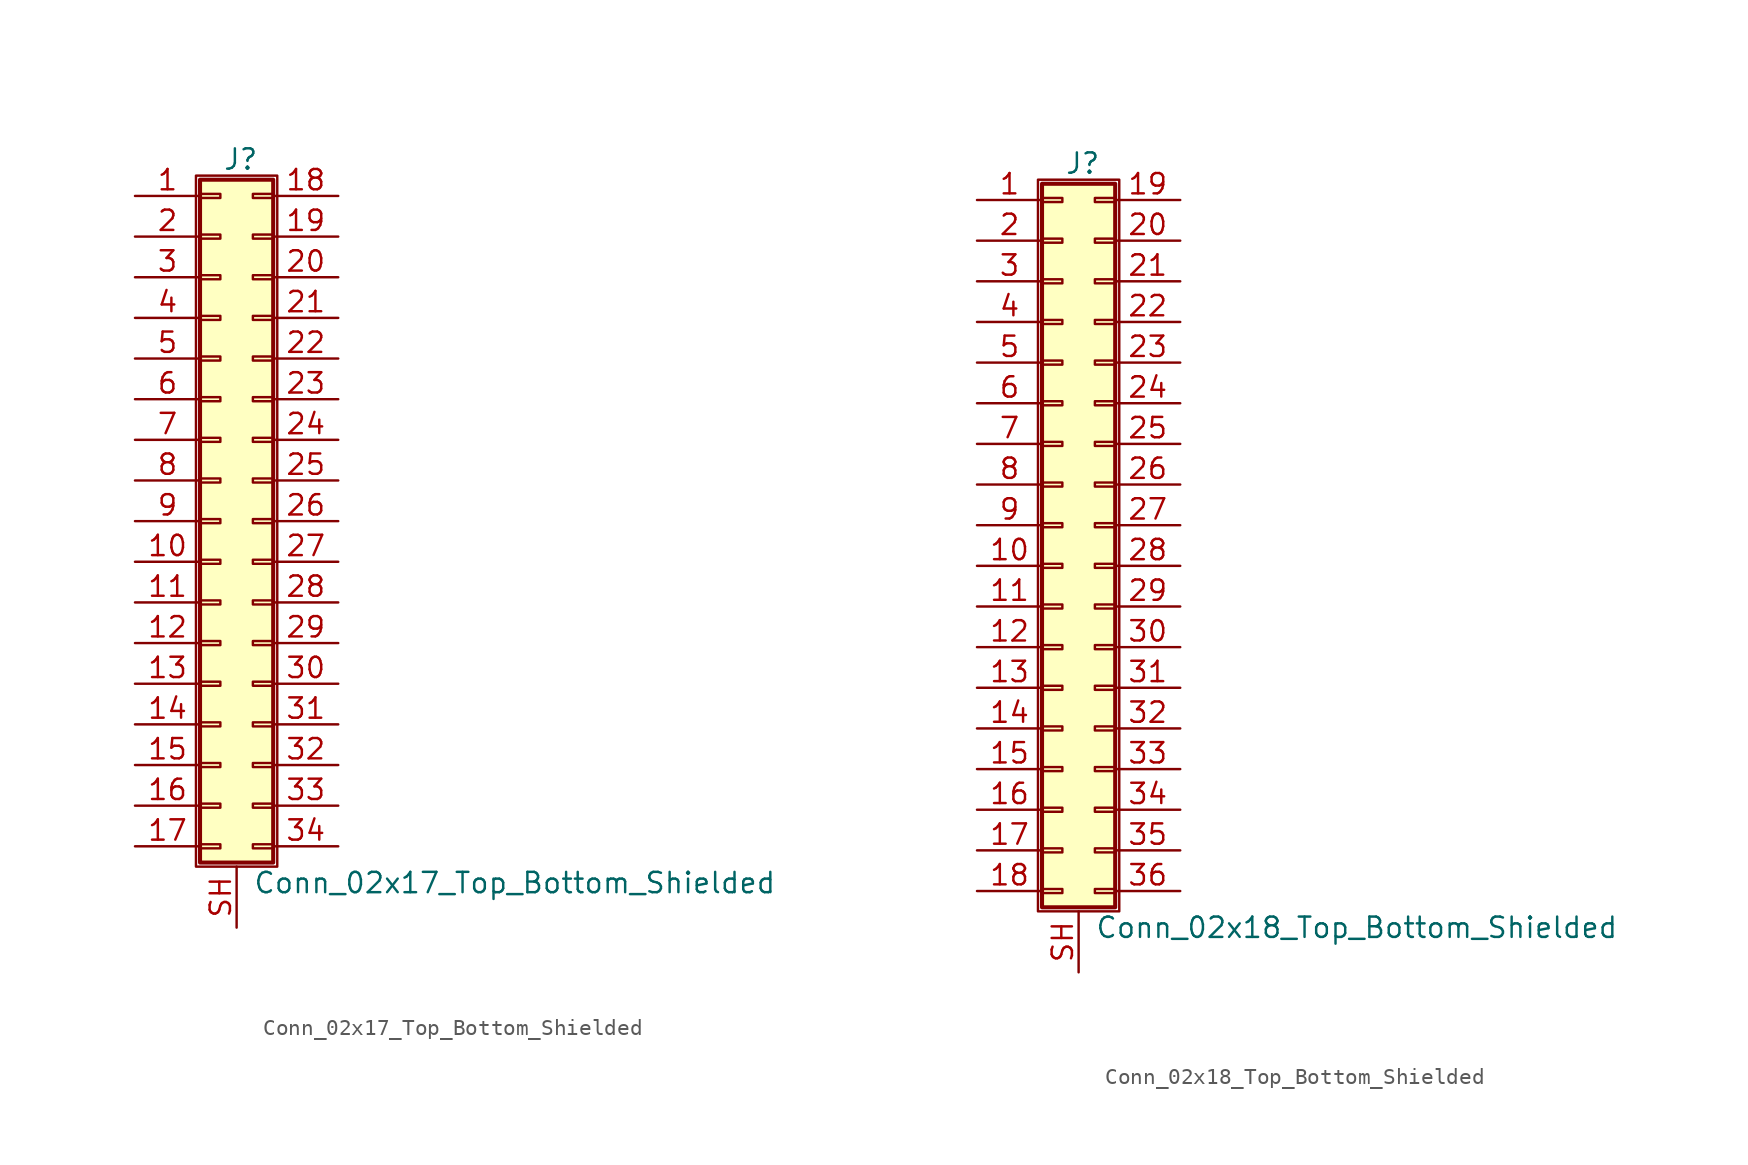
<source format=kicad_sym>
(kicad_symbol_lib
  (version 20201005)
  (generator kicad_symbol_editor)
  (symbol "Connector_Generic_Shielded:Conn_02x17_Top_Bottom_Shielded"
    (pin_names
      (offset 1.016) hide)
    (property "Reference" "J"
      (at 1.524 22.606 0)
      (effects (font (size 1.27 1.27))))
    (property "Value" "Conn_02x17_Top_Bottom_Shielded"
      (at 2.286 -22.606 0)
      (effects (font (size 1.27 1.27)) (justify left)))
    (symbol "Conn_02x17_Top_Bottom_Shielded_1_1"
      (rectangle (start -1.016 -4.953) (end 0.254 -5.207) (stroke (width 0.152)) (fill (type none)))
      (rectangle (start -1.016 -7.493) (end 0.254 -7.747) (stroke (width 0.152)) (fill (type none)))
      (rectangle (start -1.016 -10.033) (end 0.254 -10.287) (stroke (width 0.152)) (fill (type none)))
      (rectangle (start -1.016 -12.573) (end 0.254 -12.827) (stroke (width 0.152)) (fill (type none)))
      (rectangle (start -1.016 -15.113) (end 0.254 -15.367) (stroke (width 0.152)) (fill (type none)))
      (rectangle (start -1.016 -17.653) (end 0.254 -17.907) (stroke (width 0.152)) (fill (type none)))
      (rectangle (start -1.016 -20.193) (end 0.254 -20.447) (stroke (width 0.152)) (fill (type none)))
      (rectangle (start -1.016 -2.413) (end 0.254 -2.667) (stroke (width 0.152)) (fill (type none)))
      (rectangle (start -1.016 2.667) (end 0.254 2.413) (stroke (width 0.152)) (fill (type none)))
      (rectangle (start -1.016 5.207) (end 0.254 4.953) (stroke (width 0.152)) (fill (type none)))
      (rectangle (start -1.016 7.747) (end 0.254 7.493) (stroke (width 0.152)) (fill (type none)))
      (rectangle (start -1.016 10.287) (end 0.254 10.033) (stroke (width 0.152)) (fill (type none)))
      (rectangle (start -1.016 0.127) (end 0.254 -0.127) (stroke (width 0.152)) (fill (type none)))
      (rectangle (start -1.016 12.827) (end 0.254 12.573) (stroke (width 0.152)) (fill (type none)))
      (rectangle (start -1.016 15.367) (end 0.254 15.113) (stroke (width 0.152)) (fill (type none)))
      (rectangle (start -1.016 17.907) (end 0.254 17.653) (stroke (width 0.152)) (fill (type none)))
      (rectangle (start -1.016 20.447) (end 0.254 20.193) (stroke (width 0.152)) (fill (type none)))
      (rectangle (start -1.016 21.336) (end 3.556 -21.336) (stroke (width 0.254)) (fill (type background)))
      (rectangle (start -1.27 21.59) (end 3.81 -21.59) (stroke (width 0.152)) (fill (type none)))
      (rectangle (start 3.556 -4.953) (end 2.286 -5.207) (stroke (width 0.152)) (fill (type none)))
      (rectangle (start 3.556 -7.493) (end 2.286 -7.747) (stroke (width 0.152)) (fill (type none)))
      (rectangle (start 3.556 -10.033) (end 2.286 -10.287) (stroke (width 0.152)) (fill (type none)))
      (rectangle (start 3.556 -12.573) (end 2.286 -12.827) (stroke (width 0.152)) (fill (type none)))
      (rectangle (start 3.556 -15.113) (end 2.286 -15.367) (stroke (width 0.152)) (fill (type none)))
      (rectangle (start 3.556 -17.653) (end 2.286 -17.907) (stroke (width 0.152)) (fill (type none)))
      (rectangle (start 3.556 -20.193) (end 2.286 -20.447) (stroke (width 0.152)) (fill (type none)))
      (rectangle (start 3.556 -2.413) (end 2.286 -2.667) (stroke (width 0.152)) (fill (type none)))
      (rectangle (start 3.556 2.667) (end 2.286 2.413) (stroke (width 0.152)) (fill (type none)))
      (rectangle (start 3.556 5.207) (end 2.286 4.953) (stroke (width 0.152)) (fill (type none)))
      (rectangle (start 3.556 7.747) (end 2.286 7.493) (stroke (width 0.152)) (fill (type none)))
      (rectangle (start 3.556 10.287) (end 2.286 10.033) (stroke (width 0.152)) (fill (type none)))
      (rectangle (start 3.556 0.127) (end 2.286 -0.127) (stroke (width 0.152)) (fill (type none)))
      (rectangle (start 3.556 12.827) (end 2.286 12.573) (stroke (width 0.152)) (fill (type none)))
      (rectangle (start 3.556 15.367) (end 2.286 15.113) (stroke (width 0.152)) (fill (type none)))
      (rectangle (start 3.556 17.907) (end 2.286 17.653) (stroke (width 0.152)) (fill (type none)))
      (rectangle (start 3.556 20.447) (end 2.286 20.193) (stroke (width 0.152)) (fill (type none)))
      (pin passive line (at -5.08 20.32 0) (length 4.064) (name "Pin_1" (effects (font (size 1.27 1.27)))) (number "1" (effects (font (size 1.27 1.27)))))
      (pin passive line (at -5.08 -2.54 0) (length 4.064) (name "Pin_10" (effects (font (size 1.27 1.27)))) (number "10" (effects (font (size 1.27 1.27)))))
      (pin passive line (at -5.08 -5.08 0) (length 4.064) (name "Pin_11" (effects (font (size 1.27 1.27)))) (number "11" (effects (font (size 1.27 1.27)))))
      (pin passive line (at -5.08 -7.62 0) (length 4.064) (name "Pin_12" (effects (font (size 1.27 1.27)))) (number "12" (effects (font (size 1.27 1.27)))))
      (pin passive line (at -5.08 -10.16 0) (length 4.064) (name "Pin_13" (effects (font (size 1.27 1.27)))) (number "13" (effects (font (size 1.27 1.27)))))
      (pin passive line (at -5.08 -12.7 0) (length 4.064) (name "Pin_14" (effects (font (size 1.27 1.27)))) (number "14" (effects (font (size 1.27 1.27)))))
      (pin passive line (at -5.08 -15.24 0) (length 4.064) (name "Pin_15" (effects (font (size 1.27 1.27)))) (number "15" (effects (font (size 1.27 1.27)))))
      (pin passive line (at -5.08 -17.78 0) (length 4.064) (name "Pin_16" (effects (font (size 1.27 1.27)))) (number "16" (effects (font (size 1.27 1.27)))))
      (pin passive line (at -5.08 -20.32 0) (length 4.064) (name "Pin_17" (effects (font (size 1.27 1.27)))) (number "17" (effects (font (size 1.27 1.27)))))
      (pin passive line (at 7.62 20.32 180) (length 4.064) (name "Pin_18" (effects (font (size 1.27 1.27)))) (number "18" (effects (font (size 1.27 1.27)))))
      (pin passive line (at 7.62 17.78 180) (length 4.064) (name "Pin_19" (effects (font (size 1.27 1.27)))) (number "19" (effects (font (size 1.27 1.27)))))
      (pin passive line (at -5.08 17.78 0) (length 4.064) (name "Pin_2" (effects (font (size 1.27 1.27)))) (number "2" (effects (font (size 1.27 1.27)))))
      (pin passive line (at 7.62 15.24 180) (length 4.064) (name "Pin_20" (effects (font (size 1.27 1.27)))) (number "20" (effects (font (size 1.27 1.27)))))
      (pin passive line (at 7.62 12.7 180) (length 4.064) (name "Pin_21" (effects (font (size 1.27 1.27)))) (number "21" (effects (font (size 1.27 1.27)))))
      (pin passive line (at 7.62 10.16 180) (length 4.064) (name "Pin_22" (effects (font (size 1.27 1.27)))) (number "22" (effects (font (size 1.27 1.27)))))
      (pin passive line (at 7.62 7.62 180) (length 4.064) (name "Pin_23" (effects (font (size 1.27 1.27)))) (number "23" (effects (font (size 1.27 1.27)))))
      (pin passive line (at 7.62 5.08 180) (length 4.064) (name "Pin_24" (effects (font (size 1.27 1.27)))) (number "24" (effects (font (size 1.27 1.27)))))
      (pin passive line (at 7.62 2.54 180) (length 4.064) (name "Pin_25" (effects (font (size 1.27 1.27)))) (number "25" (effects (font (size 1.27 1.27)))))
      (pin passive line (at 7.62 0 180) (length 4.064) (name "Pin_26" (effects (font (size 1.27 1.27)))) (number "26" (effects (font (size 1.27 1.27)))))
      (pin passive line (at 7.62 -2.54 180) (length 4.064) (name "Pin_27" (effects (font (size 1.27 1.27)))) (number "27" (effects (font (size 1.27 1.27)))))
      (pin passive line (at 7.62 -5.08 180) (length 4.064) (name "Pin_28" (effects (font (size 1.27 1.27)))) (number "28" (effects (font (size 1.27 1.27)))))
      (pin passive line (at 7.62 -7.62 180) (length 4.064) (name "Pin_29" (effects (font (size 1.27 1.27)))) (number "29" (effects (font (size 1.27 1.27)))))
      (pin passive line (at -5.08 15.24 0) (length 4.064) (name "Pin_3" (effects (font (size 1.27 1.27)))) (number "3" (effects (font (size 1.27 1.27)))))
      (pin passive line (at 7.62 -10.16 180) (length 4.064) (name "Pin_30" (effects (font (size 1.27 1.27)))) (number "30" (effects (font (size 1.27 1.27)))))
      (pin passive line (at 7.62 -12.7 180) (length 4.064) (name "Pin_31" (effects (font (size 1.27 1.27)))) (number "31" (effects (font (size 1.27 1.27)))))
      (pin passive line (at 7.62 -15.24 180) (length 4.064) (name "Pin_32" (effects (font (size 1.27 1.27)))) (number "32" (effects (font (size 1.27 1.27)))))
      (pin passive line (at 7.62 -17.78 180) (length 4.064) (name "Pin_33" (effects (font (size 1.27 1.27)))) (number "33" (effects (font (size 1.27 1.27)))))
      (pin passive line (at 7.62 -20.32 180) (length 4.064) (name "Pin_34" (effects (font (size 1.27 1.27)))) (number "34" (effects (font (size 1.27 1.27)))))
      (pin passive line (at -5.08 12.7 0) (length 4.064) (name "Pin_4" (effects (font (size 1.27 1.27)))) (number "4" (effects (font (size 1.27 1.27)))))
      (pin passive line (at -5.08 10.16 0) (length 4.064) (name "Pin_5" (effects (font (size 1.27 1.27)))) (number "5" (effects (font (size 1.27 1.27)))))
      (pin passive line (at -5.08 7.62 0) (length 4.064) (name "Pin_6" (effects (font (size 1.27 1.27)))) (number "6" (effects (font (size 1.27 1.27)))))
      (pin passive line (at -5.08 5.08 0) (length 4.064) (name "Pin_7" (effects (font (size 1.27 1.27)))) (number "7" (effects (font (size 1.27 1.27)))))
      (pin passive line (at -5.08 2.54 0) (length 4.064) (name "Pin_8" (effects (font (size 1.27 1.27)))) (number "8" (effects (font (size 1.27 1.27)))))
      (pin passive line (at -5.08 0 0) (length 4.064) (name "Pin_9" (effects (font (size 1.27 1.27)))) (number "9" (effects (font (size 1.27 1.27)))))
      (pin passive line (at 1.27 -25.4 90) (length 3.81) (name "Shield" (effects (font (size 1.27 1.27)))) (number "SH" (effects (font (size 1.27 1.27)))))))
  (symbol "Connector_Generic_Shielded:Conn_02x18_Top_Bottom_Shielded"
    (pin_names
      (offset 1.016) hide)
    (property "Reference" "J"
      (at 1.524 22.606 0)
      (effects (font (size 1.27 1.27))))
    (property "Value" "Conn_02x18_Top_Bottom_Shielded"
      (at 2.286 -25.146 0)
      (effects (font (size 1.27 1.27)) (justify left)))
    (symbol "Conn_02x18_Top_Bottom_Shielded_1_1"
      (rectangle (start -1.016 -4.953) (end 0.254 -5.207) (stroke (width 0.152)) (fill (type none)))
      (rectangle (start -1.016 -7.493) (end 0.254 -7.747) (stroke (width 0.152)) (fill (type none)))
      (rectangle (start -1.016 -10.033) (end 0.254 -10.287) (stroke (width 0.152)) (fill (type none)))
      (rectangle (start -1.016 -12.573) (end 0.254 -12.827) (stroke (width 0.152)) (fill (type none)))
      (rectangle (start -1.016 -15.113) (end 0.254 -15.367) (stroke (width 0.152)) (fill (type none)))
      (rectangle (start -1.016 -17.653) (end 0.254 -17.907) (stroke (width 0.152)) (fill (type none)))
      (rectangle (start -1.016 -20.193) (end 0.254 -20.447) (stroke (width 0.152)) (fill (type none)))
      (rectangle (start -1.016 -22.733) (end 0.254 -22.987) (stroke (width 0.152)) (fill (type none)))
      (rectangle (start -1.016 -2.413) (end 0.254 -2.667) (stroke (width 0.152)) (fill (type none)))
      (rectangle (start -1.016 2.667) (end 0.254 2.413) (stroke (width 0.152)) (fill (type none)))
      (rectangle (start -1.016 5.207) (end 0.254 4.953) (stroke (width 0.152)) (fill (type none)))
      (rectangle (start -1.016 7.747) (end 0.254 7.493) (stroke (width 0.152)) (fill (type none)))
      (rectangle (start -1.016 10.287) (end 0.254 10.033) (stroke (width 0.152)) (fill (type none)))
      (rectangle (start -1.016 0.127) (end 0.254 -0.127) (stroke (width 0.152)) (fill (type none)))
      (rectangle (start -1.016 12.827) (end 0.254 12.573) (stroke (width 0.152)) (fill (type none)))
      (rectangle (start -1.016 15.367) (end 0.254 15.113) (stroke (width 0.152)) (fill (type none)))
      (rectangle (start -1.016 17.907) (end 0.254 17.653) (stroke (width 0.152)) (fill (type none)))
      (rectangle (start -1.016 20.447) (end 0.254 20.193) (stroke (width 0.152)) (fill (type none)))
      (rectangle (start -1.016 21.336) (end 3.556 -23.876) (stroke (width 0.254)) (fill (type background)))
      (rectangle (start -1.27 21.59) (end 3.81 -24.13) (stroke (width 0.152)) (fill (type none)))
      (rectangle (start 3.556 -4.953) (end 2.286 -5.207) (stroke (width 0.152)) (fill (type none)))
      (rectangle (start 3.556 -7.493) (end 2.286 -7.747) (stroke (width 0.152)) (fill (type none)))
      (rectangle (start 3.556 -10.033) (end 2.286 -10.287) (stroke (width 0.152)) (fill (type none)))
      (rectangle (start 3.556 -12.573) (end 2.286 -12.827) (stroke (width 0.152)) (fill (type none)))
      (rectangle (start 3.556 -15.113) (end 2.286 -15.367) (stroke (width 0.152)) (fill (type none)))
      (rectangle (start 3.556 -17.653) (end 2.286 -17.907) (stroke (width 0.152)) (fill (type none)))
      (rectangle (start 3.556 -20.193) (end 2.286 -20.447) (stroke (width 0.152)) (fill (type none)))
      (rectangle (start 3.556 -22.733) (end 2.286 -22.987) (stroke (width 0.152)) (fill (type none)))
      (rectangle (start 3.556 -2.413) (end 2.286 -2.667) (stroke (width 0.152)) (fill (type none)))
      (rectangle (start 3.556 2.667) (end 2.286 2.413) (stroke (width 0.152)) (fill (type none)))
      (rectangle (start 3.556 5.207) (end 2.286 4.953) (stroke (width 0.152)) (fill (type none)))
      (rectangle (start 3.556 7.747) (end 2.286 7.493) (stroke (width 0.152)) (fill (type none)))
      (rectangle (start 3.556 10.287) (end 2.286 10.033) (stroke (width 0.152)) (fill (type none)))
      (rectangle (start 3.556 0.127) (end 2.286 -0.127) (stroke (width 0.152)) (fill (type none)))
      (rectangle (start 3.556 12.827) (end 2.286 12.573) (stroke (width 0.152)) (fill (type none)))
      (rectangle (start 3.556 15.367) (end 2.286 15.113) (stroke (width 0.152)) (fill (type none)))
      (rectangle (start 3.556 17.907) (end 2.286 17.653) (stroke (width 0.152)) (fill (type none)))
      (rectangle (start 3.556 20.447) (end 2.286 20.193) (stroke (width 0.152)) (fill (type none)))
      (pin passive line (at -5.08 20.32 0) (length 4.064) (name "Pin_1" (effects (font (size 1.27 1.27)))) (number "1" (effects (font (size 1.27 1.27)))))
      (pin passive line (at -5.08 -2.54 0) (length 4.064) (name "Pin_10" (effects (font (size 1.27 1.27)))) (number "10" (effects (font (size 1.27 1.27)))))
      (pin passive line (at -5.08 -5.08 0) (length 4.064) (name "Pin_11" (effects (font (size 1.27 1.27)))) (number "11" (effects (font (size 1.27 1.27)))))
      (pin passive line (at -5.08 -7.62 0) (length 4.064) (name "Pin_12" (effects (font (size 1.27 1.27)))) (number "12" (effects (font (size 1.27 1.27)))))
      (pin passive line (at -5.08 -10.16 0) (length 4.064) (name "Pin_13" (effects (font (size 1.27 1.27)))) (number "13" (effects (font (size 1.27 1.27)))))
      (pin passive line (at -5.08 -12.7 0) (length 4.064) (name "Pin_14" (effects (font (size 1.27 1.27)))) (number "14" (effects (font (size 1.27 1.27)))))
      (pin passive line (at -5.08 -15.24 0) (length 4.064) (name "Pin_15" (effects (font (size 1.27 1.27)))) (number "15" (effects (font (size 1.27 1.27)))))
      (pin passive line (at -5.08 -17.78 0) (length 4.064) (name "Pin_16" (effects (font (size 1.27 1.27)))) (number "16" (effects (font (size 1.27 1.27)))))
      (pin passive line (at -5.08 -20.32 0) (length 4.064) (name "Pin_17" (effects (font (size 1.27 1.27)))) (number "17" (effects (font (size 1.27 1.27)))))
      (pin passive line (at -5.08 -22.86 0) (length 4.064) (name "Pin_18" (effects (font (size 1.27 1.27)))) (number "18" (effects (font (size 1.27 1.27)))))
      (pin passive line (at 7.62 20.32 180) (length 4.064) (name "Pin_19" (effects (font (size 1.27 1.27)))) (number "19" (effects (font (size 1.27 1.27)))))
      (pin passive line (at -5.08 17.78 0) (length 4.064) (name "Pin_2" (effects (font (size 1.27 1.27)))) (number "2" (effects (font (size 1.27 1.27)))))
      (pin passive line (at 7.62 17.78 180) (length 4.064) (name "Pin_20" (effects (font (size 1.27 1.27)))) (number "20" (effects (font (size 1.27 1.27)))))
      (pin passive line (at 7.62 15.24 180) (length 4.064) (name "Pin_21" (effects (font (size 1.27 1.27)))) (number "21" (effects (font (size 1.27 1.27)))))
      (pin passive line (at 7.62 12.7 180) (length 4.064) (name "Pin_22" (effects (font (size 1.27 1.27)))) (number "22" (effects (font (size 1.27 1.27)))))
      (pin passive line (at 7.62 10.16 180) (length 4.064) (name "Pin_23" (effects (font (size 1.27 1.27)))) (number "23" (effects (font (size 1.27 1.27)))))
      (pin passive line (at 7.62 7.62 180) (length 4.064) (name "Pin_24" (effects (font (size 1.27 1.27)))) (number "24" (effects (font (size 1.27 1.27)))))
      (pin passive line (at 7.62 5.08 180) (length 4.064) (name "Pin_25" (effects (font (size 1.27 1.27)))) (number "25" (effects (font (size 1.27 1.27)))))
      (pin passive line (at 7.62 2.54 180) (length 4.064) (name "Pin_26" (effects (font (size 1.27 1.27)))) (number "26" (effects (font (size 1.27 1.27)))))
      (pin passive line (at 7.62 0 180) (length 4.064) (name "Pin_27" (effects (font (size 1.27 1.27)))) (number "27" (effects (font (size 1.27 1.27)))))
      (pin passive line (at 7.62 -2.54 180) (length 4.064) (name "Pin_28" (effects (font (size 1.27 1.27)))) (number "28" (effects (font (size 1.27 1.27)))))
      (pin passive line (at 7.62 -5.08 180) (length 4.064) (name "Pin_29" (effects (font (size 1.27 1.27)))) (number "29" (effects (font (size 1.27 1.27)))))
      (pin passive line (at -5.08 15.24 0) (length 4.064) (name "Pin_3" (effects (font (size 1.27 1.27)))) (number "3" (effects (font (size 1.27 1.27)))))
      (pin passive line (at 7.62 -7.62 180) (length 4.064) (name "Pin_30" (effects (font (size 1.27 1.27)))) (number "30" (effects (font (size 1.27 1.27)))))
      (pin passive line (at 7.62 -10.16 180) (length 4.064) (name "Pin_31" (effects (font (size 1.27 1.27)))) (number "31" (effects (font (size 1.27 1.27)))))
      (pin passive line (at 7.62 -12.7 180) (length 4.064) (name "Pin_32" (effects (font (size 1.27 1.27)))) (number "32" (effects (font (size 1.27 1.27)))))
      (pin passive line (at 7.62 -15.24 180) (length 4.064) (name "Pin_33" (effects (font (size 1.27 1.27)))) (number "33" (effects (font (size 1.27 1.27)))))
      (pin passive line (at 7.62 -17.78 180) (length 4.064) (name "Pin_34" (effects (font (size 1.27 1.27)))) (number "34" (effects (font (size 1.27 1.27)))))
      (pin passive line (at 7.62 -20.32 180) (length 4.064) (name "Pin_35" (effects (font (size 1.27 1.27)))) (number "35" (effects (font (size 1.27 1.27)))))
      (pin passive line (at 7.62 -22.86 180) (length 4.064) (name "Pin_36" (effects (font (size 1.27 1.27)))) (number "36" (effects (font (size 1.27 1.27)))))
      (pin passive line (at -5.08 12.7 0) (length 4.064) (name "Pin_4" (effects (font (size 1.27 1.27)))) (number "4" (effects (font (size 1.27 1.27)))))
      (pin passive line (at -5.08 10.16 0) (length 4.064) (name "Pin_5" (effects (font (size 1.27 1.27)))) (number "5" (effects (font (size 1.27 1.27)))))
      (pin passive line (at -5.08 7.62 0) (length 4.064) (name "Pin_6" (effects (font (size 1.27 1.27)))) (number "6" (effects (font (size 1.27 1.27)))))
      (pin passive line (at -5.08 5.08 0) (length 4.064) (name "Pin_7" (effects (font (size 1.27 1.27)))) (number "7" (effects (font (size 1.27 1.27)))))
      (pin passive line (at -5.08 2.54 0) (length 4.064) (name "Pin_8" (effects (font (size 1.27 1.27)))) (number "8" (effects (font (size 1.27 1.27)))))
      (pin passive line (at -5.08 0 0) (length 4.064) (name "Pin_9" (effects (font (size 1.27 1.27)))) (number "9" (effects (font (size 1.27 1.27)))))
      (pin passive line (at 1.27 -27.94 90) (length 3.81) (name "Shield" (effects (font (size 1.27 1.27)))) (number "SH" (effects (font (size 1.27 1.27))))))))
</source>
